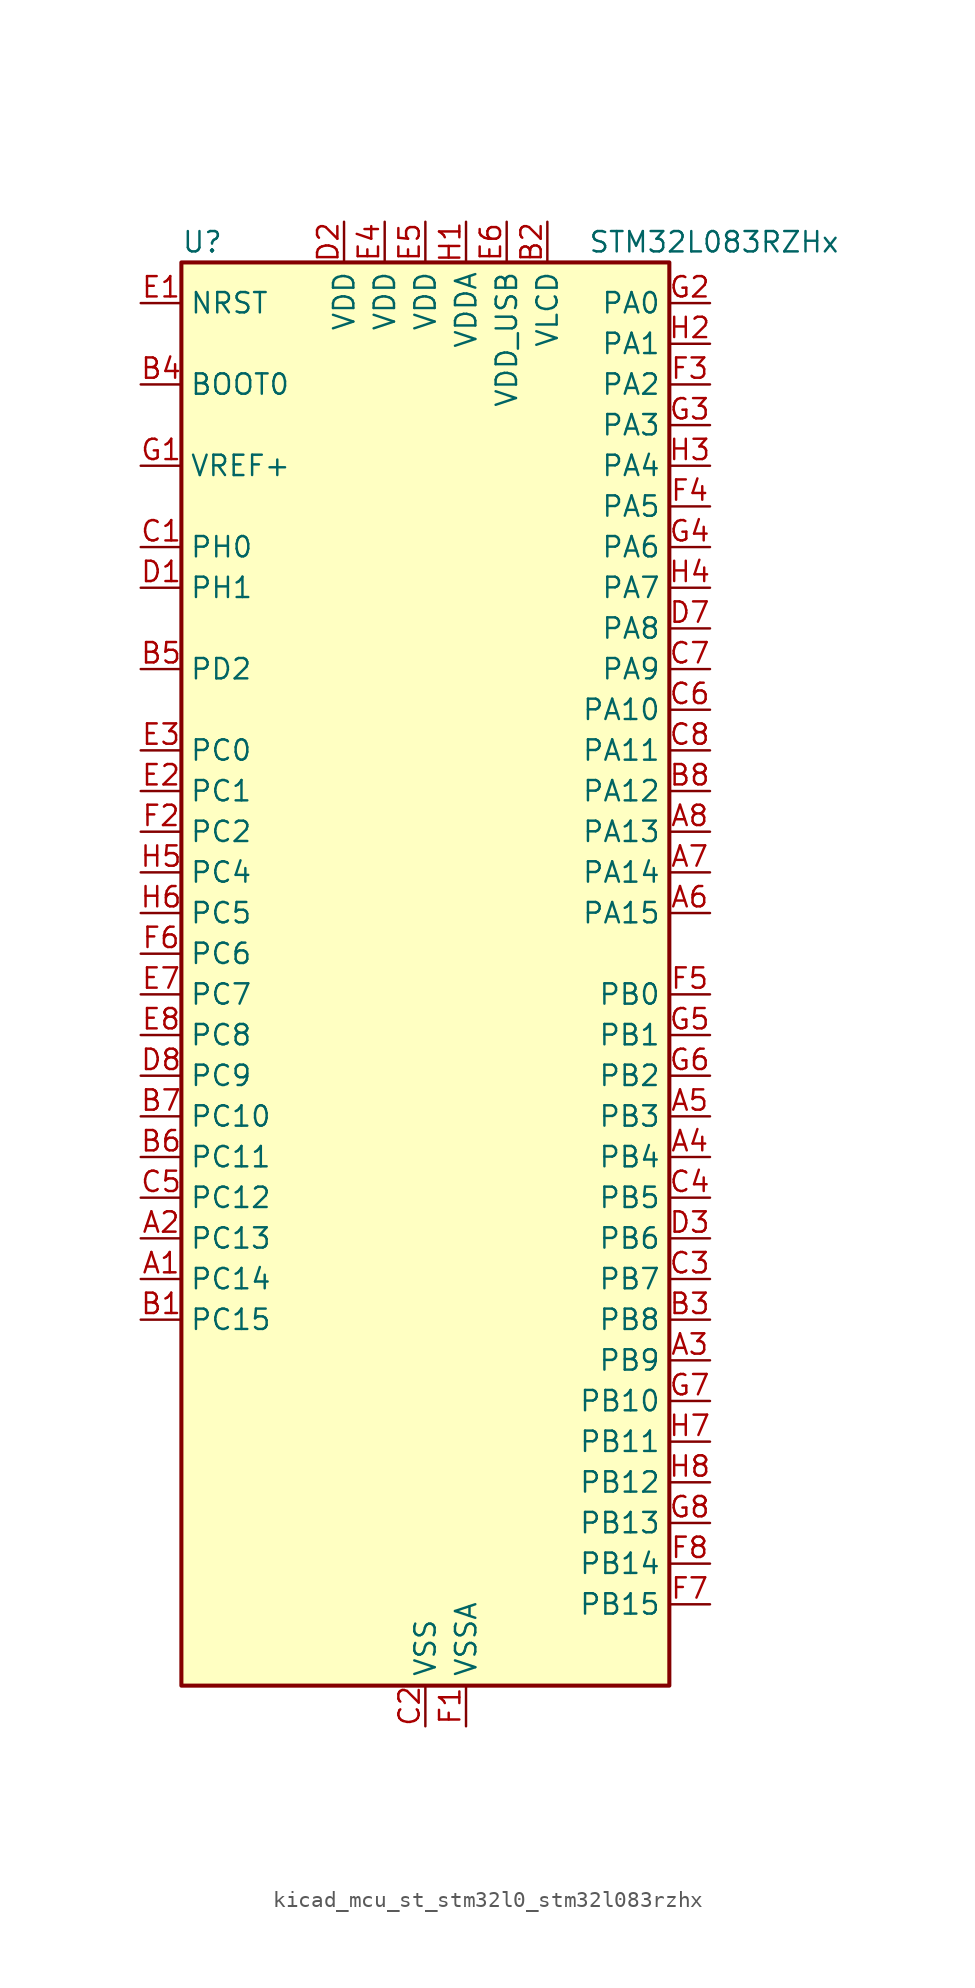
<source format=kicad_sym>
(kicad_symbol_lib
  (version 20220914)
  (generator kicad_symbol_editor)
  (symbol "kicad_mcu_st_stm32l0_stm32l083rzhx"
    (property "Reference" "U"
      (at -15.24 46.99 0)
      (effects (font (size 1.27 1.27)) (justify left)))
    (property "Value" "STM32L083RZHx"
      (at 10.16 46.99 0)
      (effects (font (size 1.27 1.27)) (justify left)))
    (property "ki_locked" ""
      (at 0 0 0)
      (effects (font (size 1.27 1.27))))
    (symbol "kicad_mcu_st_stm32l0_stm32l083rzhx_0_1"
      (rectangle (start -15.24 -43.18) (end 15.24 45.72) (stroke (width 0.254) (type default)) (fill (type background))))
    (symbol "kicad_mcu_st_stm32l0_stm32l083rzhx_1_1"
      (pin bidirectional line (at -17.78 -17.78 0) (length 2.54) (name "PC14" (effects (font (size 1.27 1.27)))) (number "A1" (effects (font (size 1.27 1.27)))) (alternate "RCC_OSC32_IN" bidirectional line))
      (pin bidirectional line (at -17.78 -15.24 0) (length 2.54) (name "PC13" (effects (font (size 1.27 1.27)))) (number "A2" (effects (font (size 1.27 1.27)))) (alternate "RTC_OUT_ALARM" bidirectional line) (alternate "RTC_OUT_CALIB" bidirectional line) (alternate "RTC_TAMP1" bidirectional line) (alternate "RTC_TS" bidirectional line) (alternate "SYS_WKUP2" bidirectional line))
      (pin bidirectional line (at 17.78 -22.86 180) (length 2.54) (name "PB9" (effects (font (size 1.27 1.27)))) (number "A3" (effects (font (size 1.27 1.27)))) (alternate "DAC_EXTI9" bidirectional line) (alternate "I2C1_SDA" bidirectional line) (alternate "I2S2_WS" bidirectional line) (alternate "LCD_COM3" bidirectional line) (alternate "SPI2_NSS" bidirectional line))
      (pin bidirectional line (at 17.78 -10.16 180) (length 2.54) (name "PB4" (effects (font (size 1.27 1.27)))) (number "A4" (effects (font (size 1.27 1.27)))) (alternate "COMP2_INP" bidirectional line) (alternate "I2C3_SDA" bidirectional line) (alternate "LCD_SEG8" bidirectional line) (alternate "SPI1_MISO" bidirectional line) (alternate "TIM22_CH1" bidirectional line) (alternate "TIM3_CH1" bidirectional line) (alternate "TSC_G5_IO2" bidirectional line) (alternate "USART1_CTS" bidirectional line) (alternate "USART5_RX" bidirectional line))
      (pin bidirectional line (at 17.78 -7.62 180) (length 2.54) (name "PB3" (effects (font (size 1.27 1.27)))) (number "A5" (effects (font (size 1.27 1.27)))) (alternate "COMP2_INM" bidirectional line) (alternate "LCD_SEG7" bidirectional line) (alternate "SPI1_SCK" bidirectional line) (alternate "TIM2_CH2" bidirectional line) (alternate "TSC_G5_IO1" bidirectional line) (alternate "USART1_DE" bidirectional line) (alternate "USART1_RTS" bidirectional line) (alternate "USART5_TX" bidirectional line))
      (pin bidirectional line (at 17.78 5.08 180) (length 2.54) (name "PA15" (effects (font (size 1.27 1.27)))) (number "A6" (effects (font (size 1.27 1.27)))) (alternate "LCD_SEG17" bidirectional line) (alternate "SPI1_NSS" bidirectional line) (alternate "TIM2_CH1" bidirectional line) (alternate "TIM2_ETR" bidirectional line) (alternate "USART2_RX" bidirectional line) (alternate "USART4_DE" bidirectional line) (alternate "USART4_RTS" bidirectional line))
      (pin bidirectional line (at 17.78 7.62 180) (length 2.54) (name "PA14" (effects (font (size 1.27 1.27)))) (number "A7" (effects (font (size 1.27 1.27)))) (alternate "LPUART1_TX" bidirectional line) (alternate "SYS_SWCLK" bidirectional line) (alternate "USART2_TX" bidirectional line))
      (pin bidirectional line (at 17.78 10.16 180) (length 2.54) (name "PA13" (effects (font (size 1.27 1.27)))) (number "A8" (effects (font (size 1.27 1.27)))) (alternate "LPUART1_RX" bidirectional line) (alternate "SYS_SWDIO" bidirectional line) (alternate "USB_NOE" bidirectional line))
      (pin bidirectional line (at -17.78 -20.32 0) (length 2.54) (name "PC15" (effects (font (size 1.27 1.27)))) (number "B1" (effects (font (size 1.27 1.27)))) (alternate "RCC_OSC32_OUT" bidirectional line))
      (pin power_in line (at 7.62 48.26 270) (length 2.54) (name "VLCD" (effects (font (size 1.27 1.27)))) (number "B2" (effects (font (size 1.27 1.27)))))
      (pin bidirectional line (at 17.78 -20.32 180) (length 2.54) (name "PB8" (effects (font (size 1.27 1.27)))) (number "B3" (effects (font (size 1.27 1.27)))) (alternate "I2C1_SCL" bidirectional line) (alternate "LCD_SEG16" bidirectional line) (alternate "TSC_SYNC" bidirectional line))
      (pin input line (at -17.78 38.1 0) (length 2.54) (name "BOOT0" (effects (font (size 1.27 1.27)))) (number "B4" (effects (font (size 1.27 1.27)))))
      (pin bidirectional line (at -17.78 20.32 0) (length 2.54) (name "PD2" (effects (font (size 1.27 1.27)))) (number "B5" (effects (font (size 1.27 1.27)))) (alternate "LCD_COM7" bidirectional line) (alternate "LCD_SEG31" bidirectional line) (alternate "LPUART1_DE" bidirectional line) (alternate "LPUART1_RTS" bidirectional line) (alternate "TIM3_ETR" bidirectional line) (alternate "USART5_RX" bidirectional line))
      (pin bidirectional line (at -17.78 -10.16 0) (length 2.54) (name "PC11" (effects (font (size 1.27 1.27)))) (number "B6" (effects (font (size 1.27 1.27)))) (alternate "ADC_EXTI11" bidirectional line) (alternate "LCD_COM5" bidirectional line) (alternate "LCD_SEG29" bidirectional line) (alternate "LPUART1_RX" bidirectional line) (alternate "USART4_RX" bidirectional line))
      (pin bidirectional line (at -17.78 -7.62 0) (length 2.54) (name "PC10" (effects (font (size 1.27 1.27)))) (number "B7" (effects (font (size 1.27 1.27)))) (alternate "LCD_COM4" bidirectional line) (alternate "LCD_SEG28" bidirectional line) (alternate "LPUART1_TX" bidirectional line) (alternate "USART4_TX" bidirectional line))
      (pin bidirectional line (at 17.78 12.7 180) (length 2.54) (name "PA12" (effects (font (size 1.27 1.27)))) (number "B8" (effects (font (size 1.27 1.27)))) (alternate "COMP2_OUT" bidirectional line) (alternate "SPI1_MOSI" bidirectional line) (alternate "TSC_G4_IO4" bidirectional line) (alternate "USART1_DE" bidirectional line) (alternate "USART1_RTS" bidirectional line) (alternate "USB_DP" bidirectional line))
      (pin bidirectional line (at -17.78 27.94 0) (length 2.54) (name "PH0" (effects (font (size 1.27 1.27)))) (number "C1" (effects (font (size 1.27 1.27)))) (alternate "CRS_SYNC" bidirectional line) (alternate "RCC_OSC_IN" bidirectional line))
      (pin power_in line (at 0 -45.72 90) (length 2.54) (name "VSS" (effects (font (size 1.27 1.27)))) (number "C2" (effects (font (size 1.27 1.27)))))
      (pin bidirectional line (at 17.78 -17.78 180) (length 2.54) (name "PB7" (effects (font (size 1.27 1.27)))) (number "C3" (effects (font (size 1.27 1.27)))) (alternate "COMP2_INP" bidirectional line) (alternate "I2C1_SDA" bidirectional line) (alternate "LPTIM1_IN2" bidirectional line) (alternate "SYS_PVD_IN" bidirectional line) (alternate "TSC_G5_IO4" bidirectional line) (alternate "USART1_RX" bidirectional line) (alternate "USART4_CTS" bidirectional line))
      (pin bidirectional line (at 17.78 -12.7 180) (length 2.54) (name "PB5" (effects (font (size 1.27 1.27)))) (number "C4" (effects (font (size 1.27 1.27)))) (alternate "COMP2_INP" bidirectional line) (alternate "I2C1_SMBA" bidirectional line) (alternate "LCD_SEG9" bidirectional line) (alternate "LPTIM1_IN1" bidirectional line) (alternate "SPI1_MOSI" bidirectional line) (alternate "TIM22_CH2" bidirectional line) (alternate "TIM3_CH2" bidirectional line) (alternate "USART1_CK" bidirectional line) (alternate "USART5_CK" bidirectional line) (alternate "USART5_DE" bidirectional line) (alternate "USART5_RTS" bidirectional line))
      (pin bidirectional line (at -17.78 -12.7 0) (length 2.54) (name "PC12" (effects (font (size 1.27 1.27)))) (number "C5" (effects (font (size 1.27 1.27)))) (alternate "LCD_COM6" bidirectional line) (alternate "LCD_SEG30" bidirectional line) (alternate "USART4_CK" bidirectional line) (alternate "USART5_TX" bidirectional line))
      (pin bidirectional line (at 17.78 17.78 180) (length 2.54) (name "PA10" (effects (font (size 1.27 1.27)))) (number "C6" (effects (font (size 1.27 1.27)))) (alternate "I2C1_SDA" bidirectional line) (alternate "LCD_COM2" bidirectional line) (alternate "TSC_G4_IO2" bidirectional line) (alternate "USART1_RX" bidirectional line))
      (pin bidirectional line (at 17.78 20.32 180) (length 2.54) (name "PA9" (effects (font (size 1.27 1.27)))) (number "C7" (effects (font (size 1.27 1.27)))) (alternate "DAC_EXTI9" bidirectional line) (alternate "I2C1_SCL" bidirectional line) (alternate "I2C3_SMBA" bidirectional line) (alternate "LCD_COM1" bidirectional line) (alternate "RCC_MCO" bidirectional line) (alternate "TSC_G4_IO1" bidirectional line) (alternate "USART1_TX" bidirectional line))
      (pin bidirectional line (at 17.78 15.24 180) (length 2.54) (name "PA11" (effects (font (size 1.27 1.27)))) (number "C8" (effects (font (size 1.27 1.27)))) (alternate "ADC_EXTI11" bidirectional line) (alternate "COMP1_OUT" bidirectional line) (alternate "SPI1_MISO" bidirectional line) (alternate "TSC_G4_IO3" bidirectional line) (alternate "USART1_CTS" bidirectional line) (alternate "USB_DM" bidirectional line))
      (pin bidirectional line (at -17.78 25.4 0) (length 2.54) (name "PH1" (effects (font (size 1.27 1.27)))) (number "D1" (effects (font (size 1.27 1.27)))) (alternate "RCC_OSC_OUT" bidirectional line))
      (pin power_in line (at -5.08 48.26 270) (length 2.54) (name "VDD" (effects (font (size 1.27 1.27)))) (number "D2" (effects (font (size 1.27 1.27)))))
      (pin bidirectional line (at 17.78 -15.24 180) (length 2.54) (name "PB6" (effects (font (size 1.27 1.27)))) (number "D3" (effects (font (size 1.27 1.27)))) (alternate "COMP2_INP" bidirectional line) (alternate "I2C1_SCL" bidirectional line) (alternate "LPTIM1_ETR" bidirectional line) (alternate "TSC_G5_IO3" bidirectional line) (alternate "USART1_TX" bidirectional line))
      (pin passive line (at 0 -45.72 90) (length 2.54) hide (name "VSS" (effects (font (size 1.27 1.27)))) (number "D4" (effects (font (size 1.27 1.27)))))
      (pin passive line (at 0 -45.72 90) (length 2.54) hide (name "VSS" (effects (font (size 1.27 1.27)))) (number "D5" (effects (font (size 1.27 1.27)))))
      (pin passive line (at 0 -45.72 90) (length 2.54) hide (name "VSS" (effects (font (size 1.27 1.27)))) (number "D6" (effects (font (size 1.27 1.27)))))
      (pin bidirectional line (at 17.78 22.86 180) (length 2.54) (name "PA8" (effects (font (size 1.27 1.27)))) (number "D7" (effects (font (size 1.27 1.27)))) (alternate "CRS_SYNC" bidirectional line) (alternate "I2C3_SCL" bidirectional line) (alternate "LCD_COM0" bidirectional line) (alternate "RCC_MCO" bidirectional line) (alternate "USART1_CK" bidirectional line))
      (pin bidirectional line (at -17.78 -5.08 0) (length 2.54) (name "PC9" (effects (font (size 1.27 1.27)))) (number "D8" (effects (font (size 1.27 1.27)))) (alternate "DAC_EXTI9" bidirectional line) (alternate "I2C3_SDA" bidirectional line) (alternate "LCD_SEG27" bidirectional line) (alternate "TIM21_ETR" bidirectional line) (alternate "TIM3_CH4" bidirectional line) (alternate "TSC_G8_IO4" bidirectional line) (alternate "USB_NOE" bidirectional line))
      (pin input line (at -17.78 43.18 0) (length 2.54) (name "NRST" (effects (font (size 1.27 1.27)))) (number "E1" (effects (font (size 1.27 1.27)))))
      (pin bidirectional line (at -17.78 12.7 0) (length 2.54) (name "PC1" (effects (font (size 1.27 1.27)))) (number "E2" (effects (font (size 1.27 1.27)))) (alternate "ADC_IN11" bidirectional line) (alternate "I2C3_SDA" bidirectional line) (alternate "LCD_SEG19" bidirectional line) (alternate "LPTIM1_OUT" bidirectional line) (alternate "LPUART1_TX" bidirectional line) (alternate "TSC_G7_IO2" bidirectional line))
      (pin bidirectional line (at -17.78 15.24 0) (length 2.54) (name "PC0" (effects (font (size 1.27 1.27)))) (number "E3" (effects (font (size 1.27 1.27)))) (alternate "ADC_IN10" bidirectional line) (alternate "I2C3_SCL" bidirectional line) (alternate "LCD_SEG18" bidirectional line) (alternate "LPTIM1_IN1" bidirectional line) (alternate "LPUART1_RX" bidirectional line) (alternate "TSC_G7_IO1" bidirectional line))
      (pin power_in line (at -2.54 48.26 270) (length 2.54) (name "VDD" (effects (font (size 1.27 1.27)))) (number "E4" (effects (font (size 1.27 1.27)))))
      (pin power_in line (at 0 48.26 270) (length 2.54) (name "VDD" (effects (font (size 1.27 1.27)))) (number "E5" (effects (font (size 1.27 1.27)))))
      (pin power_in line (at 5.08 48.26 270) (length 2.54) (name "VDD_USB" (effects (font (size 1.27 1.27)))) (number "E6" (effects (font (size 1.27 1.27)))))
      (pin bidirectional line (at -17.78 0 0) (length 2.54) (name "PC7" (effects (font (size 1.27 1.27)))) (number "E7" (effects (font (size 1.27 1.27)))) (alternate "LCD_SEG25" bidirectional line) (alternate "TIM22_CH2" bidirectional line) (alternate "TIM3_CH2" bidirectional line) (alternate "TSC_G8_IO2" bidirectional line))
      (pin bidirectional line (at -17.78 -2.54 0) (length 2.54) (name "PC8" (effects (font (size 1.27 1.27)))) (number "E8" (effects (font (size 1.27 1.27)))) (alternate "LCD_SEG26" bidirectional line) (alternate "TIM22_ETR" bidirectional line) (alternate "TIM3_CH3" bidirectional line) (alternate "TSC_G8_IO3" bidirectional line))
      (pin power_in line (at 2.54 -45.72 90) (length 2.54) (name "VSSA" (effects (font (size 1.27 1.27)))) (number "F1" (effects (font (size 1.27 1.27)))))
      (pin bidirectional line (at -17.78 10.16 0) (length 2.54) (name "PC2" (effects (font (size 1.27 1.27)))) (number "F2" (effects (font (size 1.27 1.27)))) (alternate "ADC_IN12" bidirectional line) (alternate "I2S2_MCK" bidirectional line) (alternate "LCD_SEG20" bidirectional line) (alternate "LPTIM1_IN2" bidirectional line) (alternate "SPI2_MISO" bidirectional line) (alternate "TSC_G7_IO3" bidirectional line))
      (pin bidirectional line (at 17.78 38.1 180) (length 2.54) (name "PA2" (effects (font (size 1.27 1.27)))) (number "F3" (effects (font (size 1.27 1.27)))) (alternate "ADC_IN2" bidirectional line) (alternate "COMP2_INM" bidirectional line) (alternate "COMP2_OUT" bidirectional line) (alternate "LCD_SEG1" bidirectional line) (alternate "LPUART1_TX" bidirectional line) (alternate "TIM21_CH1" bidirectional line) (alternate "TIM2_CH3" bidirectional line) (alternate "TSC_G1_IO3" bidirectional line) (alternate "USART2_TX" bidirectional line))
      (pin bidirectional line (at 17.78 30.48 180) (length 2.54) (name "PA5" (effects (font (size 1.27 1.27)))) (number "F4" (effects (font (size 1.27 1.27)))) (alternate "ADC_IN5" bidirectional line) (alternate "COMP1_INM" bidirectional line) (alternate "COMP2_INM" bidirectional line) (alternate "DAC_OUT2" bidirectional line) (alternate "SPI1_SCK" bidirectional line) (alternate "TIM2_CH1" bidirectional line) (alternate "TIM2_ETR" bidirectional line) (alternate "TSC_G2_IO2" bidirectional line))
      (pin bidirectional line (at 17.78 0 180) (length 2.54) (name "PB0" (effects (font (size 1.27 1.27)))) (number "F5" (effects (font (size 1.27 1.27)))) (alternate "ADC_IN8" bidirectional line) (alternate "LCD_SEG5" bidirectional line) (alternate "LCD_VLCD3" bidirectional line) (alternate "SYS_VREF_OUT_PB0" bidirectional line) (alternate "TIM3_CH3" bidirectional line) (alternate "TSC_G3_IO2" bidirectional line))
      (pin bidirectional line (at -17.78 2.54 0) (length 2.54) (name "PC6" (effects (font (size 1.27 1.27)))) (number "F6" (effects (font (size 1.27 1.27)))) (alternate "LCD_SEG24" bidirectional line) (alternate "TIM22_CH1" bidirectional line) (alternate "TIM3_CH1" bidirectional line) (alternate "TSC_G8_IO1" bidirectional line))
      (pin bidirectional line (at 17.78 -38.1 180) (length 2.54) (name "PB15" (effects (font (size 1.27 1.27)))) (number "F7" (effects (font (size 1.27 1.27)))) (alternate "I2S2_SD" bidirectional line) (alternate "LCD_SEG15" bidirectional line) (alternate "RTC_REFIN" bidirectional line) (alternate "SPI2_MOSI" bidirectional line))
      (pin bidirectional line (at 17.78 -35.56 180) (length 2.54) (name "PB14" (effects (font (size 1.27 1.27)))) (number "F8" (effects (font (size 1.27 1.27)))) (alternate "I2C2_SDA" bidirectional line) (alternate "I2S2_MCK" bidirectional line) (alternate "LCD_SEG14" bidirectional line) (alternate "LPUART1_DE" bidirectional line) (alternate "LPUART1_RTS" bidirectional line) (alternate "RTC_OUT_ALARM" bidirectional line) (alternate "RTC_OUT_CALIB" bidirectional line) (alternate "SPI2_MISO" bidirectional line) (alternate "TIM21_CH2" bidirectional line) (alternate "TSC_G6_IO4" bidirectional line))
      (pin input line (at -17.78 33.02 0) (length 2.54) (name "VREF+" (effects (font (size 1.27 1.27)))) (number "G1" (effects (font (size 1.27 1.27)))))
      (pin bidirectional line (at 17.78 43.18 180) (length 2.54) (name "PA0" (effects (font (size 1.27 1.27)))) (number "G2" (effects (font (size 1.27 1.27)))) (alternate "ADC_IN0" bidirectional line) (alternate "COMP1_INM" bidirectional line) (alternate "COMP1_OUT" bidirectional line) (alternate "RTC_TAMP2" bidirectional line) (alternate "SYS_WKUP1" bidirectional line) (alternate "TIM2_CH1" bidirectional line) (alternate "TIM2_ETR" bidirectional line) (alternate "TSC_G1_IO1" bidirectional line) (alternate "USART2_CTS" bidirectional line) (alternate "USART4_TX" bidirectional line))
      (pin bidirectional line (at 17.78 35.56 180) (length 2.54) (name "PA3" (effects (font (size 1.27 1.27)))) (number "G3" (effects (font (size 1.27 1.27)))) (alternate "ADC_IN3" bidirectional line) (alternate "COMP2_INP" bidirectional line) (alternate "LCD_SEG2" bidirectional line) (alternate "LPUART1_RX" bidirectional line) (alternate "TIM21_CH2" bidirectional line) (alternate "TIM2_CH4" bidirectional line) (alternate "TSC_G1_IO4" bidirectional line) (alternate "USART2_RX" bidirectional line))
      (pin bidirectional line (at 17.78 27.94 180) (length 2.54) (name "PA6" (effects (font (size 1.27 1.27)))) (number "G4" (effects (font (size 1.27 1.27)))) (alternate "ADC_IN6" bidirectional line) (alternate "COMP1_OUT" bidirectional line) (alternate "LCD_SEG3" bidirectional line) (alternate "LPUART1_CTS" bidirectional line) (alternate "SPI1_MISO" bidirectional line) (alternate "TIM22_CH1" bidirectional line) (alternate "TIM3_CH1" bidirectional line) (alternate "TSC_G2_IO3" bidirectional line))
      (pin bidirectional line (at 17.78 -2.54 180) (length 2.54) (name "PB1" (effects (font (size 1.27 1.27)))) (number "G5" (effects (font (size 1.27 1.27)))) (alternate "ADC_IN9" bidirectional line) (alternate "LCD_SEG6" bidirectional line) (alternate "LPUART1_DE" bidirectional line) (alternate "LPUART1_RTS" bidirectional line) (alternate "SYS_VREF_OUT_PB1" bidirectional line) (alternate "TIM3_CH4" bidirectional line) (alternate "TSC_G3_IO3" bidirectional line))
      (pin bidirectional line (at 17.78 -5.08 180) (length 2.54) (name "PB2" (effects (font (size 1.27 1.27)))) (number "G6" (effects (font (size 1.27 1.27)))) (alternate "I2C3_SMBA" bidirectional line) (alternate "LCD_VLCD2" bidirectional line) (alternate "LPTIM1_OUT" bidirectional line) (alternate "TSC_G3_IO4" bidirectional line))
      (pin bidirectional line (at 17.78 -25.4 180) (length 2.54) (name "PB10" (effects (font (size 1.27 1.27)))) (number "G7" (effects (font (size 1.27 1.27)))) (alternate "I2C2_SCL" bidirectional line) (alternate "LCD_SEG10" bidirectional line) (alternate "LPUART1_RX" bidirectional line) (alternate "LPUART1_TX" bidirectional line) (alternate "SPI2_SCK" bidirectional line) (alternate "TIM2_CH3" bidirectional line) (alternate "TSC_SYNC" bidirectional line))
      (pin bidirectional line (at 17.78 -33.02 180) (length 2.54) (name "PB13" (effects (font (size 1.27 1.27)))) (number "G8" (effects (font (size 1.27 1.27)))) (alternate "I2C2_SCL" bidirectional line) (alternate "I2S2_CK" bidirectional line) (alternate "LCD_SEG13" bidirectional line) (alternate "LPUART1_CTS" bidirectional line) (alternate "RCC_MCO" bidirectional line) (alternate "SPI2_SCK" bidirectional line) (alternate "TIM21_CH1" bidirectional line) (alternate "TSC_G6_IO3" bidirectional line))
      (pin power_in line (at 2.54 48.26 270) (length 2.54) (name "VDDA" (effects (font (size 1.27 1.27)))) (number "H1" (effects (font (size 1.27 1.27)))))
      (pin bidirectional line (at 17.78 40.64 180) (length 2.54) (name "PA1" (effects (font (size 1.27 1.27)))) (number "H2" (effects (font (size 1.27 1.27)))) (alternate "ADC_IN1" bidirectional line) (alternate "COMP1_INP" bidirectional line) (alternate "LCD_SEG0" bidirectional line) (alternate "TIM21_ETR" bidirectional line) (alternate "TIM2_CH2" bidirectional line) (alternate "TSC_G1_IO2" bidirectional line) (alternate "USART2_DE" bidirectional line) (alternate "USART2_RTS" bidirectional line) (alternate "USART4_RX" bidirectional line))
      (pin bidirectional line (at 17.78 33.02 180) (length 2.54) (name "PA4" (effects (font (size 1.27 1.27)))) (number "H3" (effects (font (size 1.27 1.27)))) (alternate "ADC_IN4" bidirectional line) (alternate "COMP1_INM" bidirectional line) (alternate "COMP2_INM" bidirectional line) (alternate "DAC_OUT1" bidirectional line) (alternate "SPI1_NSS" bidirectional line) (alternate "TIM22_ETR" bidirectional line) (alternate "TSC_G2_IO1" bidirectional line) (alternate "USART2_CK" bidirectional line))
      (pin bidirectional line (at 17.78 25.4 180) (length 2.54) (name "PA7" (effects (font (size 1.27 1.27)))) (number "H4" (effects (font (size 1.27 1.27)))) (alternate "ADC_IN7" bidirectional line) (alternate "COMP2_OUT" bidirectional line) (alternate "LCD_SEG4" bidirectional line) (alternate "SPI1_MOSI" bidirectional line) (alternate "TIM22_CH2" bidirectional line) (alternate "TIM3_CH2" bidirectional line) (alternate "TSC_G2_IO4" bidirectional line))
      (pin bidirectional line (at -17.78 7.62 0) (length 2.54) (name "PC4" (effects (font (size 1.27 1.27)))) (number "H5" (effects (font (size 1.27 1.27)))) (alternate "ADC_IN14" bidirectional line) (alternate "LCD_SEG22" bidirectional line) (alternate "LPUART1_TX" bidirectional line))
      (pin bidirectional line (at -17.78 5.08 0) (length 2.54) (name "PC5" (effects (font (size 1.27 1.27)))) (number "H6" (effects (font (size 1.27 1.27)))) (alternate "ADC_IN15" bidirectional line) (alternate "LCD_SEG23" bidirectional line) (alternate "LPUART1_RX" bidirectional line) (alternate "TSC_G3_IO1" bidirectional line))
      (pin bidirectional line (at 17.78 -27.94 180) (length 2.54) (name "PB11" (effects (font (size 1.27 1.27)))) (number "H7" (effects (font (size 1.27 1.27)))) (alternate "ADC_EXTI11" bidirectional line) (alternate "I2C2_SDA" bidirectional line) (alternate "LCD_SEG11" bidirectional line) (alternate "LPUART1_RX" bidirectional line) (alternate "LPUART1_TX" bidirectional line) (alternate "TIM2_CH4" bidirectional line) (alternate "TSC_G6_IO1" bidirectional line))
      (pin bidirectional line (at 17.78 -30.48 180) (length 2.54) (name "PB12" (effects (font (size 1.27 1.27)))) (number "H8" (effects (font (size 1.27 1.27)))) (alternate "I2S2_WS" bidirectional line) (alternate "LCD_SEG12" bidirectional line) (alternate "LCD_VLCD2" bidirectional line) (alternate "LPUART1_DE" bidirectional line) (alternate "LPUART1_RTS" bidirectional line) (alternate "SPI2_NSS" bidirectional line) (alternate "TSC_G6_IO2" bidirectional line)))))
</source>
